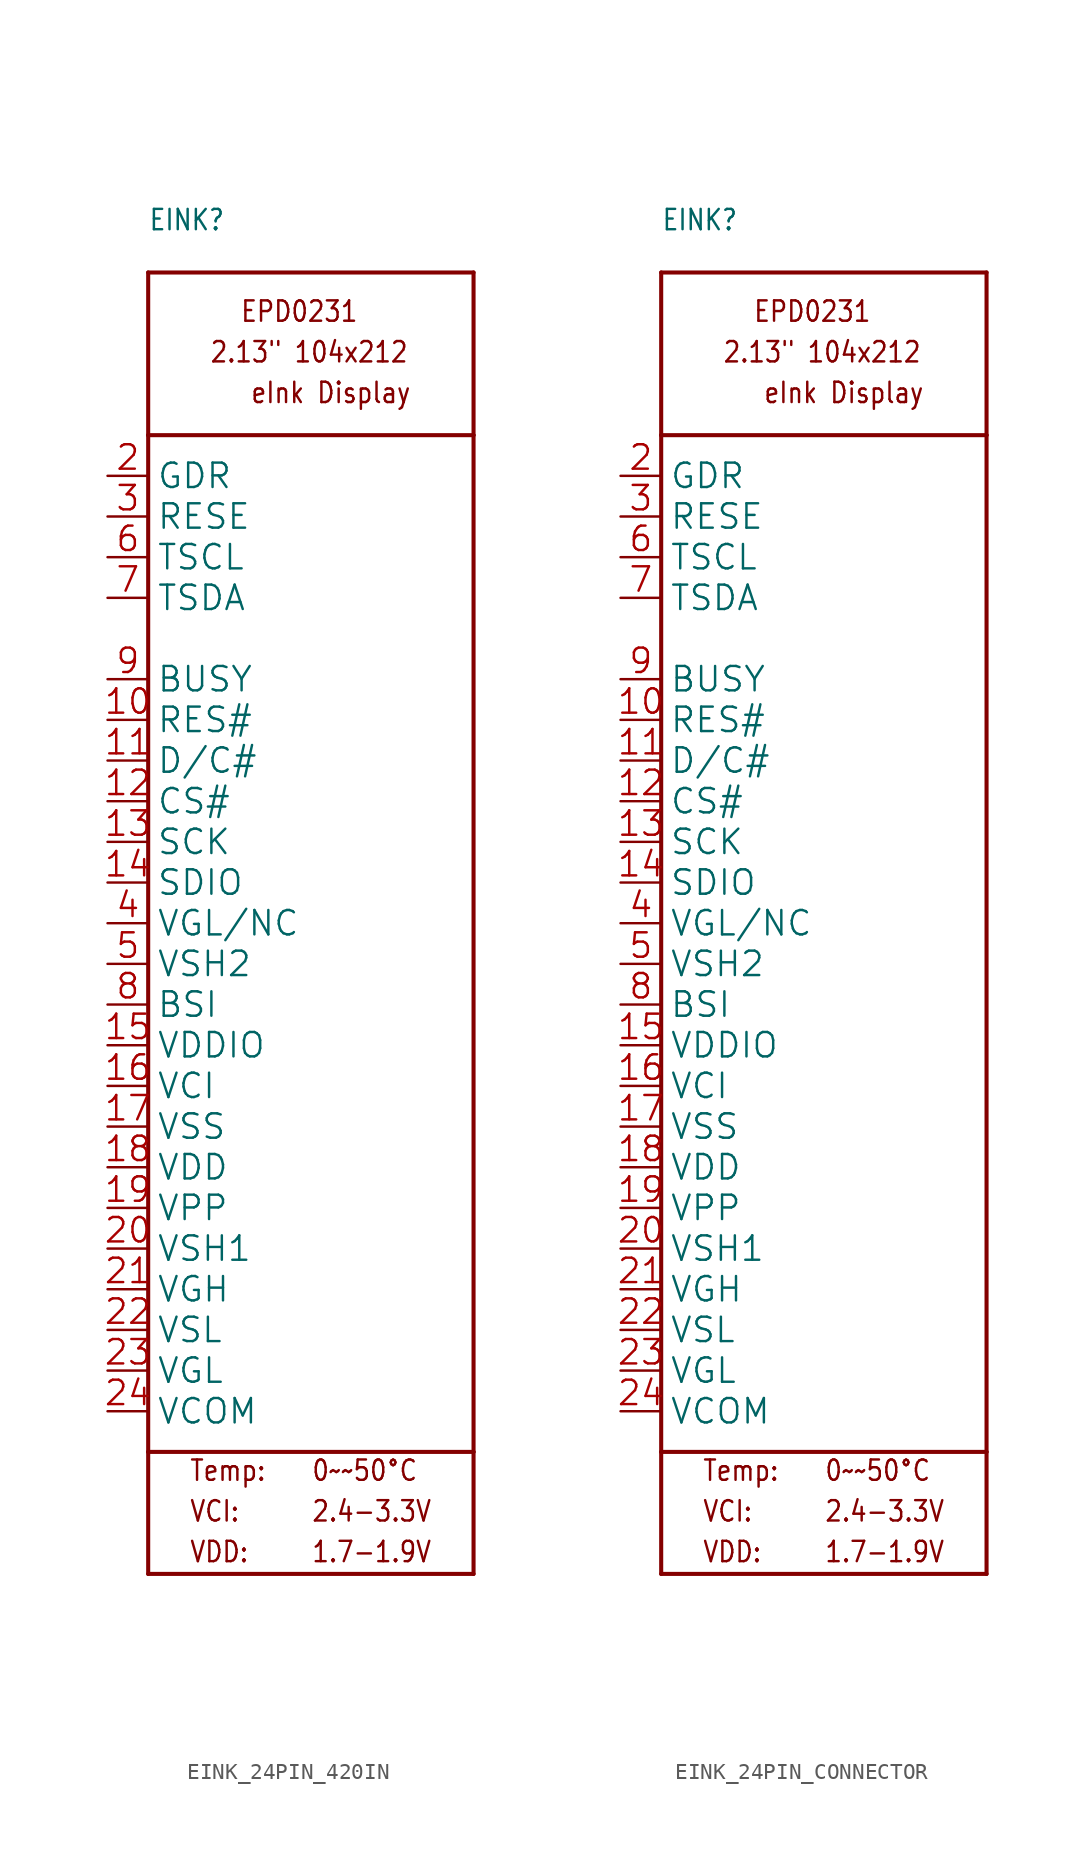
<source format=kicad_sym>
(kicad_symbol_lib
  (version 20241209)
  (generator "kicad_symbol_editor")
  (generator_version "9.0")
  (symbol "EINK_24PIN_420IN"
    (property "Reference" "EINK"
      (at -10.16 43.18 0)
      (effects (font (size 1.27 1.079)) (justify left bottom)))
    (property "Value" ""
      (at -10.16 -43.18 0)
      (effects (font (size 1.27 1.079)) (justify left bottom)))
    (property "ki_locked" ""
      (at 0 0 0)
      (effects (font (size 1.27 1.27))))
    (symbol "EINK_24PIN_420IN_1_0"
      (polyline (pts (xy -10.16 40.64) (xy -10.16 30.48)) (stroke (width 0.254) (type solid)) (fill (type none)))
      (polyline (pts (xy -10.16 40.64) (xy 10.16 40.64)) (stroke (width 0.254) (type solid)) (fill (type none)))
      (polyline (pts (xy -10.16 30.48) (xy 10.16 30.48)) (stroke (width 0.254) (type solid)) (fill (type none)))
      (polyline (pts (xy -10.16 -33.02) (xy -10.16 30.48)) (stroke (width 0.254) (type solid)) (fill (type none)))
      (polyline (pts (xy -10.16 -33.02) (xy -10.16 -40.64)) (stroke (width 0.254) (type solid)) (fill (type none)))
      (polyline (pts (xy -10.16 -40.64) (xy 10.16 -40.64)) (stroke (width 0.254) (type solid)) (fill (type none)))
      (polyline (pts (xy 10.16 40.64) (xy 10.16 30.48)) (stroke (width 0.254) (type solid)) (fill (type none)))
      (polyline (pts (xy 10.16 30.48) (xy 10.16 -33.02)) (stroke (width 0.254) (type solid)) (fill (type none)))
      (polyline (pts (xy 10.16 -33.02) (xy -10.16 -33.02)) (stroke (width 0.254) (type solid)) (fill (type none)))
      (polyline (pts (xy 10.16 -40.64) (xy 10.16 -33.02)) (stroke (width 0.254) (type solid)) (fill (type none)))
      (text "Temp:" (at -7.62 -34.925 0) (effects (font (size 1.27 1.079)) (justify left bottom)))
      (text "VCI:" (at -7.62 -37.465 0) (effects (font (size 1.27 1.079)) (justify left bottom)))
      (text "VDD:" (at -7.62 -40.005 0) (effects (font (size 1.27 1.079)) (justify left bottom)))
      (text "2.13\" 104x212" (at -6.35 34.925 0) (effects (font (size 1.27 1.079)) (justify left bottom)))
      (text "EPD0231" (at -4.445 37.465 0) (effects (font (size 1.27 1.079)) (justify left bottom)))
      (text "eInk Display" (at -3.81 32.385 0) (effects (font (size 1.27 1.079)) (justify left bottom)))
      (text "0~~50°C" (at 0 -34.925 0) (effects (font (size 1.27 1.079)) (justify left bottom)))
      (text "2.4-3.3V" (at 0 -37.465 0) (effects (font (size 1.27 1.079)) (justify left bottom)))
      (text "1.7-1.9V" (at 0 -40.005 0) (effects (font (size 1.27 1.079)) (justify left bottom)))
      (pin output line (at -12.7 27.94 0) (length 2.54) (name "GDR" (effects (font (size 1.524 1.524)))) (number "2" (effects (font (size 1.524 1.524)))))
      (pin input line (at -12.7 25.4 0) (length 2.54) (name "RESE" (effects (font (size 1.524 1.524)))) (number "3" (effects (font (size 1.524 1.524)))))
      (pin output line (at -12.7 22.86 0) (length 2.54) (name "TSCL" (effects (font (size 1.524 1.524)))) (number "6" (effects (font (size 1.524 1.524)))))
      (pin bidirectional line (at -12.7 20.32 0) (length 2.54) (name "TSDA" (effects (font (size 1.524 1.524)))) (number "7" (effects (font (size 1.524 1.524)))))
      (pin output line (at -12.7 15.24 0) (length 2.54) (name "BUSY" (effects (font (size 1.524 1.524)))) (number "9" (effects (font (size 1.524 1.524)))))
      (pin input line (at -12.7 12.7 0) (length 2.54) (name "RES#" (effects (font (size 1.524 1.524)))) (number "10" (effects (font (size 1.524 1.524)))))
      (pin input line (at -12.7 10.16 0) (length 2.54) (name "D/C#" (effects (font (size 1.524 1.524)))) (number "11" (effects (font (size 1.524 1.524)))))
      (pin input line (at -12.7 7.62 0) (length 2.54) (name "CS#" (effects (font (size 1.524 1.524)))) (number "12" (effects (font (size 1.524 1.524)))))
      (pin bidirectional line (at -12.7 5.08 0) (length 2.54) (name "SCK" (effects (font (size 1.524 1.524)))) (number "13" (effects (font (size 1.524 1.524)))))
      (pin bidirectional line (at -12.7 2.54 0) (length 2.54) (name "SDIO" (effects (font (size 1.524 1.524)))) (number "14" (effects (font (size 1.524 1.524)))))
      (pin bidirectional line (at -12.7 0 0) (length 2.54) (name "VGL/NC" (effects (font (size 1.524 1.524)))) (number "4" (effects (font (size 1.524 1.524)))))
      (pin passive line (at -12.7 -2.54 0) (length 2.54) (name "VSH2" (effects (font (size 1.524 1.524)))) (number "5" (effects (font (size 1.524 1.524)))))
      (pin input line (at -12.7 -5.08 0) (length 2.54) (name "BSI" (effects (font (size 1.524 1.524)))) (number "8" (effects (font (size 1.524 1.524)))))
      (pin power_in line (at -12.7 -7.62 0) (length 2.54) (name "VDDIO" (effects (font (size 1.524 1.524)))) (number "15" (effects (font (size 1.524 1.524)))))
      (pin power_in line (at -12.7 -10.16 0) (length 2.54) (name "VCI" (effects (font (size 1.524 1.524)))) (number "16" (effects (font (size 1.524 1.524)))))
      (pin power_in line (at -12.7 -12.7 0) (length 2.54) (name "VSS" (effects (font (size 1.524 1.524)))) (number "17" (effects (font (size 1.524 1.524)))))
      (pin passive line (at -12.7 -15.24 0) (length 2.54) (name "VDD" (effects (font (size 1.524 1.524)))) (number "18" (effects (font (size 1.524 1.524)))))
      (pin passive line (at -12.7 -17.78 0) (length 2.54) (name "VPP" (effects (font (size 1.524 1.524)))) (number "19" (effects (font (size 1.524 1.524)))))
      (pin passive line (at -12.7 -20.32 0) (length 2.54) (name "VSH1" (effects (font (size 1.524 1.524)))) (number "20" (effects (font (size 1.524 1.524)))))
      (pin passive line (at -12.7 -22.86 0) (length 2.54) (name "VGH" (effects (font (size 1.524 1.524)))) (number "21" (effects (font (size 1.524 1.524)))))
      (pin passive line (at -12.7 -25.4 0) (length 2.54) (name "VSL" (effects (font (size 1.524 1.524)))) (number "22" (effects (font (size 1.524 1.524)))))
      (pin passive line (at -12.7 -27.94 0) (length 2.54) (name "VGL" (effects (font (size 1.524 1.524)))) (number "23" (effects (font (size 1.524 1.524)))))
      (pin passive line (at -12.7 -30.48 0) (length 2.54) (name "VCOM" (effects (font (size 1.524 1.524)))) (number "24" (effects (font (size 1.524 1.524)))))))
  (symbol "EINK_24PIN_CONNECTOR"
    (property "Reference" "EINK"
      (at -10.16 43.18 0)
      (effects (font (size 1.27 1.079)) (justify left bottom)))
    (property "Value" ""
      (at -10.16 -43.18 0)
      (effects (font (size 1.27 1.079)) (justify left bottom)))
    (property "ki_locked" ""
      (at 0 0 0)
      (effects (font (size 1.27 1.27))))
    (symbol "EINK_24PIN_CONNECTOR_1_0"
      (polyline (pts (xy -10.16 40.64) (xy -10.16 30.48)) (stroke (width 0.254) (type solid)) (fill (type none)))
      (polyline (pts (xy -10.16 40.64) (xy 10.16 40.64)) (stroke (width 0.254) (type solid)) (fill (type none)))
      (polyline (pts (xy -10.16 30.48) (xy 10.16 30.48)) (stroke (width 0.254) (type solid)) (fill (type none)))
      (polyline (pts (xy -10.16 -33.02) (xy -10.16 30.48)) (stroke (width 0.254) (type solid)) (fill (type none)))
      (polyline (pts (xy -10.16 -33.02) (xy -10.16 -40.64)) (stroke (width 0.254) (type solid)) (fill (type none)))
      (polyline (pts (xy -10.16 -40.64) (xy 10.16 -40.64)) (stroke (width 0.254) (type solid)) (fill (type none)))
      (polyline (pts (xy 10.16 40.64) (xy 10.16 30.48)) (stroke (width 0.254) (type solid)) (fill (type none)))
      (polyline (pts (xy 10.16 30.48) (xy 10.16 -33.02)) (stroke (width 0.254) (type solid)) (fill (type none)))
      (polyline (pts (xy 10.16 -33.02) (xy -10.16 -33.02)) (stroke (width 0.254) (type solid)) (fill (type none)))
      (polyline (pts (xy 10.16 -40.64) (xy 10.16 -33.02)) (stroke (width 0.254) (type solid)) (fill (type none)))
      (text "Temp:" (at -7.62 -34.925 0) (effects (font (size 1.27 1.079)) (justify left bottom)))
      (text "VCI:" (at -7.62 -37.465 0) (effects (font (size 1.27 1.079)) (justify left bottom)))
      (text "VDD:" (at -7.62 -40.005 0) (effects (font (size 1.27 1.079)) (justify left bottom)))
      (text "2.13\" 104x212" (at -6.35 34.925 0) (effects (font (size 1.27 1.079)) (justify left bottom)))
      (text "EPD0231" (at -4.445 37.465 0) (effects (font (size 1.27 1.079)) (justify left bottom)))
      (text "eInk Display" (at -3.81 32.385 0) (effects (font (size 1.27 1.079)) (justify left bottom)))
      (text "0~~50°C" (at 0 -34.925 0) (effects (font (size 1.27 1.079)) (justify left bottom)))
      (text "2.4-3.3V" (at 0 -37.465 0) (effects (font (size 1.27 1.079)) (justify left bottom)))
      (text "1.7-1.9V" (at 0 -40.005 0) (effects (font (size 1.27 1.079)) (justify left bottom)))
      (pin output line (at -12.7 27.94 0) (length 2.54) (name "GDR" (effects (font (size 1.524 1.524)))) (number "2" (effects (font (size 1.524 1.524)))))
      (pin input line (at -12.7 25.4 0) (length 2.54) (name "RESE" (effects (font (size 1.524 1.524)))) (number "3" (effects (font (size 1.524 1.524)))))
      (pin output line (at -12.7 22.86 0) (length 2.54) (name "TSCL" (effects (font (size 1.524 1.524)))) (number "6" (effects (font (size 1.524 1.524)))))
      (pin bidirectional line (at -12.7 20.32 0) (length 2.54) (name "TSDA" (effects (font (size 1.524 1.524)))) (number "7" (effects (font (size 1.524 1.524)))))
      (pin output line (at -12.7 15.24 0) (length 2.54) (name "BUSY" (effects (font (size 1.524 1.524)))) (number "9" (effects (font (size 1.524 1.524)))))
      (pin input line (at -12.7 12.7 0) (length 2.54) (name "RES#" (effects (font (size 1.524 1.524)))) (number "10" (effects (font (size 1.524 1.524)))))
      (pin input line (at -12.7 10.16 0) (length 2.54) (name "D/C#" (effects (font (size 1.524 1.524)))) (number "11" (effects (font (size 1.524 1.524)))))
      (pin input line (at -12.7 7.62 0) (length 2.54) (name "CS#" (effects (font (size 1.524 1.524)))) (number "12" (effects (font (size 1.524 1.524)))))
      (pin bidirectional line (at -12.7 5.08 0) (length 2.54) (name "SCK" (effects (font (size 1.524 1.524)))) (number "13" (effects (font (size 1.524 1.524)))))
      (pin bidirectional line (at -12.7 2.54 0) (length 2.54) (name "SDIO" (effects (font (size 1.524 1.524)))) (number "14" (effects (font (size 1.524 1.524)))))
      (pin bidirectional line (at -12.7 0 0) (length 2.54) (name "VGL/NC" (effects (font (size 1.524 1.524)))) (number "4" (effects (font (size 1.524 1.524)))))
      (pin passive line (at -12.7 -2.54 0) (length 2.54) (name "VSH2" (effects (font (size 1.524 1.524)))) (number "5" (effects (font (size 1.524 1.524)))))
      (pin input line (at -12.7 -5.08 0) (length 2.54) (name "BSI" (effects (font (size 1.524 1.524)))) (number "8" (effects (font (size 1.524 1.524)))))
      (pin power_in line (at -12.7 -7.62 0) (length 2.54) (name "VDDIO" (effects (font (size 1.524 1.524)))) (number "15" (effects (font (size 1.524 1.524)))))
      (pin power_in line (at -12.7 -10.16 0) (length 2.54) (name "VCI" (effects (font (size 1.524 1.524)))) (number "16" (effects (font (size 1.524 1.524)))))
      (pin power_in line (at -12.7 -12.7 0) (length 2.54) (name "VSS" (effects (font (size 1.524 1.524)))) (number "17" (effects (font (size 1.524 1.524)))))
      (pin passive line (at -12.7 -15.24 0) (length 2.54) (name "VDD" (effects (font (size 1.524 1.524)))) (number "18" (effects (font (size 1.524 1.524)))))
      (pin passive line (at -12.7 -17.78 0) (length 2.54) (name "VPP" (effects (font (size 1.524 1.524)))) (number "19" (effects (font (size 1.524 1.524)))))
      (pin passive line (at -12.7 -20.32 0) (length 2.54) (name "VSH1" (effects (font (size 1.524 1.524)))) (number "20" (effects (font (size 1.524 1.524)))))
      (pin passive line (at -12.7 -22.86 0) (length 2.54) (name "VGH" (effects (font (size 1.524 1.524)))) (number "21" (effects (font (size 1.524 1.524)))))
      (pin passive line (at -12.7 -25.4 0) (length 2.54) (name "VSL" (effects (font (size 1.524 1.524)))) (number "22" (effects (font (size 1.524 1.524)))))
      (pin passive line (at -12.7 -27.94 0) (length 2.54) (name "VGL" (effects (font (size 1.524 1.524)))) (number "23" (effects (font (size 1.524 1.524)))))
      (pin passive line (at -12.7 -30.48 0) (length 2.54) (name "VCOM" (effects (font (size 1.524 1.524)))) (number "24" (effects (font (size 1.524 1.524))))))))
</source>
